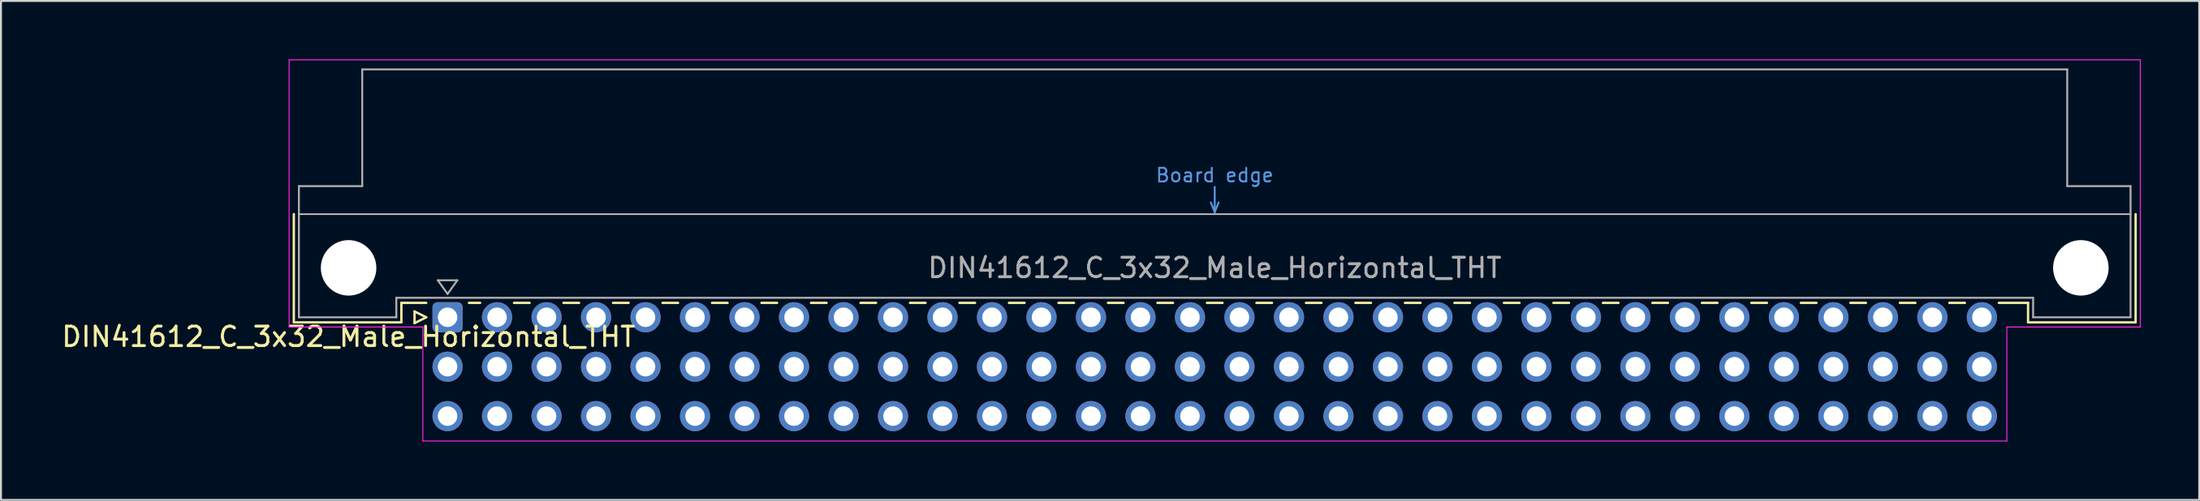
<source format=kicad_pcb>
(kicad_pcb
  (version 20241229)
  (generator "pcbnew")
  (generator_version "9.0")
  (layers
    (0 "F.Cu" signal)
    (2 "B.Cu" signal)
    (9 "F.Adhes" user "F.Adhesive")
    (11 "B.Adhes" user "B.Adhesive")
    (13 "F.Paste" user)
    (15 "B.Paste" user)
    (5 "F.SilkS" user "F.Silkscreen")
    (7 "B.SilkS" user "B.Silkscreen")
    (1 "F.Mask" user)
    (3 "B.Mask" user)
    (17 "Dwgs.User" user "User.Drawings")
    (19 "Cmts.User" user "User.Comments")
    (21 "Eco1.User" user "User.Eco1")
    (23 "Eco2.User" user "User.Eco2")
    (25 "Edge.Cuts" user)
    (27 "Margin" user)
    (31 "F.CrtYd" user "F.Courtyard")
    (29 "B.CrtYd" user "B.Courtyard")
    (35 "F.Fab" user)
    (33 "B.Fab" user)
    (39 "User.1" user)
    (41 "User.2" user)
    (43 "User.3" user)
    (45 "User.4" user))
  (footprint "DIN41612_C_3x32_Male_Horizontal_THT"
    (layer "F.Cu")
    (at 19.919 13.255)
    (property "Reference" "DIN41612_C_3x32_Male_Horizontal_THT" (at -5.08 1 0) (layer "F.SilkS") (effects (font (size 1 1) (thickness 0.15))))
    (attr through_hole)
    (fp_line (start -7.89 -5.3) (end -7.89 0.26) (stroke (width 0.12) (type solid)) (layer "F.SilkS"))
    (fp_line (start -7.89 0.26) (end -2.37 0.26) (stroke (width 0.12) (type solid)) (layer "F.SilkS"))
    (fp_line (start -2.371 -0.74) (end -1.095 -0.74) (stroke (width 0.12) (type solid)) (layer "F.SilkS"))
    (fp_line (start -2.37 0.26) (end -2.37 -0.74) (stroke (width 0.12) (type solid)) (layer "F.SilkS"))
    (fp_line (start -1.695 -0.3) (end -1.695 0.3) (stroke (width 0.12) (type solid)) (layer "F.SilkS"))
    (fp_line (start -1.695 0.3) (end -1.095 0) (stroke (width 0.12) (type solid)) (layer "F.SilkS"))
    (fp_line (start -1.095 0) (end -1.695 -0.3) (stroke (width 0.12) (type solid)) (layer "F.SilkS"))
    (fp_line (start 1.095 -0.74) (end 1.671 -0.74) (stroke (width 0.12) (type solid)) (layer "F.SilkS"))
    (fp_line (start 3.41 -0.74) (end 4.211 -0.74) (stroke (width 0.12) (type solid)) (layer "F.SilkS"))
    (fp_line (start 5.95 -0.74) (end 6.751 -0.74) (stroke (width 0.12) (type solid)) (layer "F.SilkS"))
    (fp_line (start 8.49 -0.74) (end 9.291 -0.74) (stroke (width 0.12) (type solid)) (layer "F.SilkS"))
    (fp_line (start 11.03 -0.74) (end 11.831 -0.74) (stroke (width 0.12) (type solid)) (layer "F.SilkS"))
    (fp_line (start 13.57 -0.74) (end 14.371 -0.74) (stroke (width 0.12) (type solid)) (layer "F.SilkS"))
    (fp_line (start 16.11 -0.74) (end 16.911 -0.74) (stroke (width 0.12) (type solid)) (layer "F.SilkS"))
    (fp_line (start 18.65 -0.74) (end 19.451 -0.74) (stroke (width 0.12) (type solid)) (layer "F.SilkS"))
    (fp_line (start 21.19 -0.74) (end 21.991 -0.74) (stroke (width 0.12) (type solid)) (layer "F.SilkS"))
    (fp_line (start 23.73 -0.74) (end 24.531 -0.74) (stroke (width 0.12) (type solid)) (layer "F.SilkS"))
    (fp_line (start 26.27 -0.74) (end 27.071 -0.74) (stroke (width 0.12) (type solid)) (layer "F.SilkS"))
    (fp_line (start 28.81 -0.74) (end 29.611 -0.74) (stroke (width 0.12) (type solid)) (layer "F.SilkS"))
    (fp_line (start 31.35 -0.74) (end 32.151 -0.74) (stroke (width 0.12) (type solid)) (layer "F.SilkS"))
    (fp_line (start 33.89 -0.74) (end 34.691 -0.74) (stroke (width 0.12) (type solid)) (layer "F.SilkS"))
    (fp_line (start 36.43 -0.74) (end 37.231 -0.74) (stroke (width 0.12) (type solid)) (layer "F.SilkS"))
    (fp_line (start 38.97 -0.74) (end 39.771 -0.74) (stroke (width 0.12) (type solid)) (layer "F.SilkS"))
    (fp_line (start 41.51 -0.74) (end 42.311 -0.74) (stroke (width 0.12) (type solid)) (layer "F.SilkS"))
    (fp_line (start 44.05 -0.74) (end 44.851 -0.74) (stroke (width 0.12) (type solid)) (layer "F.SilkS"))
    (fp_line (start 46.59 -0.74) (end 47.391 -0.74) (stroke (width 0.12) (type solid)) (layer "F.SilkS"))
    (fp_line (start 49.13 -0.74) (end 49.931 -0.74) (stroke (width 0.12) (type solid)) (layer "F.SilkS"))
    (fp_line (start 51.67 -0.74) (end 52.471 -0.74) (stroke (width 0.12) (type solid)) (layer "F.SilkS"))
    (fp_line (start 54.21 -0.74) (end 55.011 -0.74) (stroke (width 0.12) (type solid)) (layer "F.SilkS"))
    (fp_line (start 56.75 -0.74) (end 57.551 -0.74) (stroke (width 0.12) (type solid)) (layer "F.SilkS"))
    (fp_line (start 59.29 -0.74) (end 60.091 -0.74) (stroke (width 0.12) (type solid)) (layer "F.SilkS"))
    (fp_line (start 61.83 -0.74) (end 62.631 -0.74) (stroke (width 0.12) (type solid)) (layer "F.SilkS"))
    (fp_line (start 64.37 -0.74) (end 65.171 -0.74) (stroke (width 0.12) (type solid)) (layer "F.SilkS"))
    (fp_line (start 66.91 -0.74) (end 67.711 -0.74) (stroke (width 0.12) (type solid)) (layer "F.SilkS"))
    (fp_line (start 69.45 -0.74) (end 70.251 -0.74) (stroke (width 0.12) (type solid)) (layer "F.SilkS"))
    (fp_line (start 71.99 -0.74) (end 72.791 -0.74) (stroke (width 0.12) (type solid)) (layer "F.SilkS"))
    (fp_line (start 74.53 -0.74) (end 75.331 -0.74) (stroke (width 0.12) (type solid)) (layer "F.SilkS"))
    (fp_line (start 77.07 -0.74) (end 77.871 -0.74) (stroke (width 0.12) (type solid)) (layer "F.SilkS"))
    (fp_line (start 79.61 -0.74) (end 81.11 -0.74) (stroke (width 0.12) (type solid)) (layer "F.SilkS"))
    (fp_line (start 81.11 0.26) (end 81.11 -0.74) (stroke (width 0.12) (type solid)) (layer "F.SilkS"))
    (fp_line (start 86.63 -5.3) (end 86.63 0.26) (stroke (width 0.12) (type solid)) (layer "F.SilkS"))
    (fp_line (start 86.63 0.26) (end 81.11 0.26) (stroke (width 0.12) (type solid)) (layer "F.SilkS"))
    (fp_line (start -7.63 -5.3) (end 86.37 -5.3) (stroke (width 0.08) (type solid)) (layer "Dwgs.User"))
    (fp_line (start 39.17 -5.9) (end 39.37 -5.4) (stroke (width 0.1) (type solid)) (layer "Cmts.User"))
    (fp_line (start 39.37 -5.4) (end 39.37 -6.7) (stroke (width 0.1) (type solid)) (layer "Cmts.User"))
    (fp_line (start 39.37 -5.4) (end 39.57 -5.9) (stroke (width 0.1) (type solid)) (layer "Cmts.User"))
    (fp_line (start -8.13 -13.23) (end -8.13 0.5) (stroke (width 0.05) (type solid)) (layer "F.CrtYd"))
    (fp_line (start -8.13 0.5) (end -1.27 0.5) (stroke (width 0.05) (type solid)) (layer "F.CrtYd"))
    (fp_line (start -1.27 0.5) (end -1.27 6.36) (stroke (width 0.05) (type solid)) (layer "F.CrtYd"))
    (fp_line (start -1.27 6.36) (end 80.02 6.36) (stroke (width 0.05) (type solid)) (layer "F.CrtYd"))
    (fp_line (start 80.02 0.5) (end 86.87 0.5) (stroke (width 0.05) (type solid)) (layer "F.CrtYd"))
    (fp_line (start 80.02 6.36) (end 80.02 0.5) (stroke (width 0.05) (type solid)) (layer "F.CrtYd"))
    (fp_line (start 86.87 -13.23) (end -8.13 -13.23) (stroke (width 0.05) (type solid)) (layer "F.CrtYd"))
    (fp_line (start 86.87 0.5) (end 86.87 -13.23) (stroke (width 0.05) (type solid)) (layer "F.CrtYd"))
    (fp_line (start -7.63 -6.74) (end -7.63 0) (stroke (width 0.1) (type solid)) (layer "F.Fab"))
    (fp_line (start -7.63 0) (end -2.63 0) (stroke (width 0.1) (type solid)) (layer "F.Fab"))
    (fp_line (start -4.38 -12.74) (end -4.38 -6.74) (stroke (width 0.1) (type solid)) (layer "F.Fab"))
    (fp_line (start -4.38 -6.74) (end -7.63 -6.74) (stroke (width 0.1) (type solid)) (layer "F.Fab"))
    (fp_line (start -2.63 -1) (end 81.37 -1) (stroke (width 0.1) (type solid)) (layer "F.Fab"))
    (fp_line (start -2.63 0) (end -2.63 -1) (stroke (width 0.1) (type solid)) (layer "F.Fab"))
    (fp_line (start -0.5 -1.9) (end 0.5 -1.9) (stroke (width 0.1) (type solid)) (layer "F.Fab"))
    (fp_line (start 0 -1.2) (end -0.5 -1.9) (stroke (width 0.1) (type solid)) (layer "F.Fab"))
    (fp_line (start 0.5 -1.9) (end 0 -1.2) (stroke (width 0.1) (type solid)) (layer "F.Fab"))
    (fp_line (start 81.37 -1) (end 81.37 0) (stroke (width 0.1) (type solid)) (layer "F.Fab"))
    (fp_line (start 81.37 0) (end 86.37 0) (stroke (width 0.1) (type solid)) (layer "F.Fab"))
    (fp_line (start 83.12 -12.74) (end -4.38 -12.74) (stroke (width 0.1) (type solid)) (layer "F.Fab"))
    (fp_line (start 83.12 -6.74) (end 83.12 -12.74) (stroke (width 0.1) (type solid)) (layer "F.Fab"))
    (fp_line (start 86.37 -6.74) (end 83.12 -6.74) (stroke (width 0.1) (type solid)) (layer "F.Fab"))
    (fp_line (start 86.37 0) (end 86.37 -6.74) (stroke (width 0.1) (type solid)) (layer "F.Fab"))
    (fp_text user "Board edge" (at 39.37 -7.3 0) (layer "Cmts.User") (effects (font (size 0.7 0.7) (thickness 0.1))))
    (fp_text user "${REFERENCE}" (at 39.37 -2.54 0) (layer "F.Fab") (effects (font (size 1 1) (thickness 0.15))))
    (pad "" np_thru_hole circle (at -5.08 -2.54) (size 2.85 2.85) (drill 2.85) (layers "*.Cu" "*.Mask"))
    (pad "" np_thru_hole circle (at 83.82 -2.54) (size 2.85 2.85) (drill 2.85) (layers "*.Cu" "*.Mask"))
    (pad "A1" thru_hole roundrect (at 0 0) (size 1.55 1.55) (drill 1) (layers "*.Cu" "*.Mask") (roundrect_rratio 0.161))
    (pad "A2" thru_hole circle (at 2.54 0) (size 1.55 1.55) (drill 1) (layers "*.Cu" "*.Mask"))
    (pad "A3" thru_hole circle (at 5.08 0) (size 1.55 1.55) (drill 1) (layers "*.Cu" "*.Mask"))
    (pad "A4" thru_hole circle (at 7.62 0) (size 1.55 1.55) (drill 1) (layers "*.Cu" "*.Mask"))
    (pad "A5" thru_hole circle (at 10.16 0) (size 1.55 1.55) (drill 1) (layers "*.Cu" "*.Mask"))
    (pad "A6" thru_hole circle (at 12.7 0) (size 1.55 1.55) (drill 1) (layers "*.Cu" "*.Mask"))
    (pad "A7" thru_hole circle (at 15.24 0) (size 1.55 1.55) (drill 1) (layers "*.Cu" "*.Mask"))
    (pad "A8" thru_hole circle (at 17.78 0) (size 1.55 1.55) (drill 1) (layers "*.Cu" "*.Mask"))
    (pad "A9" thru_hole circle (at 20.32 0) (size 1.55 1.55) (drill 1) (layers "*.Cu" "*.Mask"))
    (pad "A10" thru_hole circle (at 22.86 0) (size 1.55 1.55) (drill 1) (layers "*.Cu" "*.Mask"))
    (pad "A11" thru_hole circle (at 25.4 0) (size 1.55 1.55) (drill 1) (layers "*.Cu" "*.Mask"))
    (pad "A12" thru_hole circle (at 27.94 0) (size 1.55 1.55) (drill 1) (layers "*.Cu" "*.Mask"))
    (pad "A13" thru_hole circle (at 30.48 0) (size 1.55 1.55) (drill 1) (layers "*.Cu" "*.Mask"))
    (pad "A14" thru_hole circle (at 33.02 0) (size 1.55 1.55) (drill 1) (layers "*.Cu" "*.Mask"))
    (pad "A15" thru_hole circle (at 35.56 0) (size 1.55 1.55) (drill 1) (layers "*.Cu" "*.Mask"))
    (pad "A16" thru_hole circle (at 38.1 0) (size 1.55 1.55) (drill 1) (layers "*.Cu" "*.Mask"))
    (pad "A17" thru_hole circle (at 40.64 0) (size 1.55 1.55) (drill 1) (layers "*.Cu" "*.Mask"))
    (pad "A18" thru_hole circle (at 43.18 0) (size 1.55 1.55) (drill 1) (layers "*.Cu" "*.Mask"))
    (pad "A19" thru_hole circle (at 45.72 0) (size 1.55 1.55) (drill 1) (layers "*.Cu" "*.Mask"))
    (pad "A20" thru_hole circle (at 48.26 0) (size 1.55 1.55) (drill 1) (layers "*.Cu" "*.Mask"))
    (pad "A21" thru_hole circle (at 50.8 0) (size 1.55 1.55) (drill 1) (layers "*.Cu" "*.Mask"))
    (pad "A22" thru_hole circle (at 53.34 0) (size 1.55 1.55) (drill 1) (layers "*.Cu" "*.Mask"))
    (pad "A23" thru_hole circle (at 55.88 0) (size 1.55 1.55) (drill 1) (layers "*.Cu" "*.Mask"))
    (pad "A24" thru_hole circle (at 58.42 0) (size 1.55 1.55) (drill 1) (layers "*.Cu" "*.Mask"))
    (pad "A25" thru_hole circle (at 60.96 0) (size 1.55 1.55) (drill 1) (layers "*.Cu" "*.Mask"))
    (pad "A26" thru_hole circle (at 63.5 0) (size 1.55 1.55) (drill 1) (layers "*.Cu" "*.Mask"))
    (pad "A27" thru_hole circle (at 66.04 0) (size 1.55 1.55) (drill 1) (layers "*.Cu" "*.Mask"))
    (pad "A28" thru_hole circle (at 68.58 0) (size 1.55 1.55) (drill 1) (layers "*.Cu" "*.Mask"))
    (pad "A29" thru_hole circle (at 71.12 0) (size 1.55 1.55) (drill 1) (layers "*.Cu" "*.Mask"))
    (pad "A30" thru_hole circle (at 73.66 0) (size 1.55 1.55) (drill 1) (layers "*.Cu" "*.Mask"))
    (pad "A31" thru_hole circle (at 76.2 0) (size 1.55 1.55) (drill 1) (layers "*.Cu" "*.Mask"))
    (pad "A32" thru_hole circle (at 78.74 0) (size 1.55 1.55) (drill 1) (layers "*.Cu" "*.Mask"))
    (pad "B1" thru_hole circle (at 0 2.54) (size 1.55 1.55) (drill 1) (layers "*.Cu" "*.Mask"))
    (pad "B2" thru_hole circle (at 2.54 2.54) (size 1.55 1.55) (drill 1) (layers "*.Cu" "*.Mask"))
    (pad "B3" thru_hole circle (at 5.08 2.54) (size 1.55 1.55) (drill 1) (layers "*.Cu" "*.Mask"))
    (pad "B4" thru_hole circle (at 7.62 2.54) (size 1.55 1.55) (drill 1) (layers "*.Cu" "*.Mask"))
    (pad "B5" thru_hole circle (at 10.16 2.54) (size 1.55 1.55) (drill 1) (layers "*.Cu" "*.Mask"))
    (pad "B6" thru_hole circle (at 12.7 2.54) (size 1.55 1.55) (drill 1) (layers "*.Cu" "*.Mask"))
    (pad "B7" thru_hole circle (at 15.24 2.54) (size 1.55 1.55) (drill 1) (layers "*.Cu" "*.Mask"))
    (pad "B8" thru_hole circle (at 17.78 2.54) (size 1.55 1.55) (drill 1) (layers "*.Cu" "*.Mask"))
    (pad "B9" thru_hole circle (at 20.32 2.54) (size 1.55 1.55) (drill 1) (layers "*.Cu" "*.Mask"))
    (pad "B10" thru_hole circle (at 22.86 2.54) (size 1.55 1.55) (drill 1) (layers "*.Cu" "*.Mask"))
    (pad "B11" thru_hole circle (at 25.4 2.54) (size 1.55 1.55) (drill 1) (layers "*.Cu" "*.Mask"))
    (pad "B12" thru_hole circle (at 27.94 2.54) (size 1.55 1.55) (drill 1) (layers "*.Cu" "*.Mask"))
    (pad "B13" thru_hole circle (at 30.48 2.54) (size 1.55 1.55) (drill 1) (layers "*.Cu" "*.Mask"))
    (pad "B14" thru_hole circle (at 33.02 2.54) (size 1.55 1.55) (drill 1) (layers "*.Cu" "*.Mask"))
    (pad "B15" thru_hole circle (at 35.56 2.54) (size 1.55 1.55) (drill 1) (layers "*.Cu" "*.Mask"))
    (pad "B16" thru_hole circle (at 38.1 2.54) (size 1.55 1.55) (drill 1) (layers "*.Cu" "*.Mask"))
    (pad "B17" thru_hole circle (at 40.64 2.54) (size 1.55 1.55) (drill 1) (layers "*.Cu" "*.Mask"))
    (pad "B18" thru_hole circle (at 43.18 2.54) (size 1.55 1.55) (drill 1) (layers "*.Cu" "*.Mask"))
    (pad "B19" thru_hole circle (at 45.72 2.54) (size 1.55 1.55) (drill 1) (layers "*.Cu" "*.Mask"))
    (pad "B20" thru_hole circle (at 48.26 2.54) (size 1.55 1.55) (drill 1) (layers "*.Cu" "*.Mask"))
    (pad "B21" thru_hole circle (at 50.8 2.54) (size 1.55 1.55) (drill 1) (layers "*.Cu" "*.Mask"))
    (pad "B22" thru_hole circle (at 53.34 2.54) (size 1.55 1.55) (drill 1) (layers "*.Cu" "*.Mask"))
    (pad "B23" thru_hole circle (at 55.88 2.54) (size 1.55 1.55) (drill 1) (layers "*.Cu" "*.Mask"))
    (pad "B24" thru_hole circle (at 58.42 2.54) (size 1.55 1.55) (drill 1) (layers "*.Cu" "*.Mask"))
    (pad "B25" thru_hole circle (at 60.96 2.54) (size 1.55 1.55) (drill 1) (layers "*.Cu" "*.Mask"))
    (pad "B26" thru_hole circle (at 63.5 2.54) (size 1.55 1.55) (drill 1) (layers "*.Cu" "*.Mask"))
    (pad "B27" thru_hole circle (at 66.04 2.54) (size 1.55 1.55) (drill 1) (layers "*.Cu" "*.Mask"))
    (pad "B28" thru_hole circle (at 68.58 2.54) (size 1.55 1.55) (drill 1) (layers "*.Cu" "*.Mask"))
    (pad "B29" thru_hole circle (at 71.12 2.54) (size 1.55 1.55) (drill 1) (layers "*.Cu" "*.Mask"))
    (pad "B30" thru_hole circle (at 73.66 2.54) (size 1.55 1.55) (drill 1) (layers "*.Cu" "*.Mask"))
    (pad "B31" thru_hole circle (at 76.2 2.54) (size 1.55 1.55) (drill 1) (layers "*.Cu" "*.Mask"))
    (pad "B32" thru_hole circle (at 78.74 2.54) (size 1.55 1.55) (drill 1) (layers "*.Cu" "*.Mask"))
    (pad "C1" thru_hole circle (at 0 5.08) (size 1.55 1.55) (drill 1) (layers "*.Cu" "*.Mask"))
    (pad "C2" thru_hole circle (at 2.54 5.08) (size 1.55 1.55) (drill 1) (layers "*.Cu" "*.Mask"))
    (pad "C3" thru_hole circle (at 5.08 5.08) (size 1.55 1.55) (drill 1) (layers "*.Cu" "*.Mask"))
    (pad "C4" thru_hole circle (at 7.62 5.08) (size 1.55 1.55) (drill 1) (layers "*.Cu" "*.Mask"))
    (pad "C5" thru_hole circle (at 10.16 5.08) (size 1.55 1.55) (drill 1) (layers "*.Cu" "*.Mask"))
    (pad "C6" thru_hole circle (at 12.7 5.08) (size 1.55 1.55) (drill 1) (layers "*.Cu" "*.Mask"))
    (pad "C7" thru_hole circle (at 15.24 5.08) (size 1.55 1.55) (drill 1) (layers "*.Cu" "*.Mask"))
    (pad "C8" thru_hole circle (at 17.78 5.08) (size 1.55 1.55) (drill 1) (layers "*.Cu" "*.Mask"))
    (pad "C9" thru_hole circle (at 20.32 5.08) (size 1.55 1.55) (drill 1) (layers "*.Cu" "*.Mask"))
    (pad "C10" thru_hole circle (at 22.86 5.08) (size 1.55 1.55) (drill 1) (layers "*.Cu" "*.Mask"))
    (pad "C11" thru_hole circle (at 25.4 5.08) (size 1.55 1.55) (drill 1) (layers "*.Cu" "*.Mask"))
    (pad "C12" thru_hole circle (at 27.94 5.08) (size 1.55 1.55) (drill 1) (layers "*.Cu" "*.Mask"))
    (pad "C13" thru_hole circle (at 30.48 5.08) (size 1.55 1.55) (drill 1) (layers "*.Cu" "*.Mask"))
    (pad "C14" thru_hole circle (at 33.02 5.08) (size 1.55 1.55) (drill 1) (layers "*.Cu" "*.Mask"))
    (pad "C15" thru_hole circle (at 35.56 5.08) (size 1.55 1.55) (drill 1) (layers "*.Cu" "*.Mask"))
    (pad "C16" thru_hole circle (at 38.1 5.08) (size 1.55 1.55) (drill 1) (layers "*.Cu" "*.Mask"))
    (pad "C17" thru_hole circle (at 40.64 5.08) (size 1.55 1.55) (drill 1) (layers "*.Cu" "*.Mask"))
    (pad "C18" thru_hole circle (at 43.18 5.08) (size 1.55 1.55) (drill 1) (layers "*.Cu" "*.Mask"))
    (pad "C19" thru_hole circle (at 45.72 5.08) (size 1.55 1.55) (drill 1) (layers "*.Cu" "*.Mask"))
    (pad "C20" thru_hole circle (at 48.26 5.08) (size 1.55 1.55) (drill 1) (layers "*.Cu" "*.Mask"))
    (pad "C21" thru_hole circle (at 50.8 5.08) (size 1.55 1.55) (drill 1) (layers "*.Cu" "*.Mask"))
    (pad "C22" thru_hole circle (at 53.34 5.08) (size 1.55 1.55) (drill 1) (layers "*.Cu" "*.Mask"))
    (pad "C23" thru_hole circle (at 55.88 5.08) (size 1.55 1.55) (drill 1) (layers "*.Cu" "*.Mask"))
    (pad "C24" thru_hole circle (at 58.42 5.08) (size 1.55 1.55) (drill 1) (layers "*.Cu" "*.Mask"))
    (pad "C25" thru_hole circle (at 60.96 5.08) (size 1.55 1.55) (drill 1) (layers "*.Cu" "*.Mask"))
    (pad "C26" thru_hole circle (at 63.5 5.08) (size 1.55 1.55) (drill 1) (layers "*.Cu" "*.Mask"))
    (pad "C27" thru_hole circle (at 66.04 5.08) (size 1.55 1.55) (drill 1) (layers "*.Cu" "*.Mask"))
    (pad "C28" thru_hole circle (at 68.58 5.08) (size 1.55 1.55) (drill 1) (layers "*.Cu" "*.Mask"))
    (pad "C29" thru_hole circle (at 71.12 5.08) (size 1.55 1.55) (drill 1) (layers "*.Cu" "*.Mask"))
    (pad "C30" thru_hole circle (at 73.66 5.08) (size 1.55 1.55) (drill 1) (layers "*.Cu" "*.Mask"))
    (pad "C31" thru_hole circle (at 76.2 5.08) (size 1.55 1.55) (drill 1) (layers "*.Cu" "*.Mask"))
    (pad "C32" thru_hole circle (at 78.74 5.08) (size 1.55 1.55) (drill 1) (layers "*.Cu" "*.Mask")))
  (gr_rect
    (start -3 -3)
    (end 109.814 22.64)
    (stroke (width 0.1) (type default))
    (fill no)
    (layer "Edge.Cuts")))
</source>
